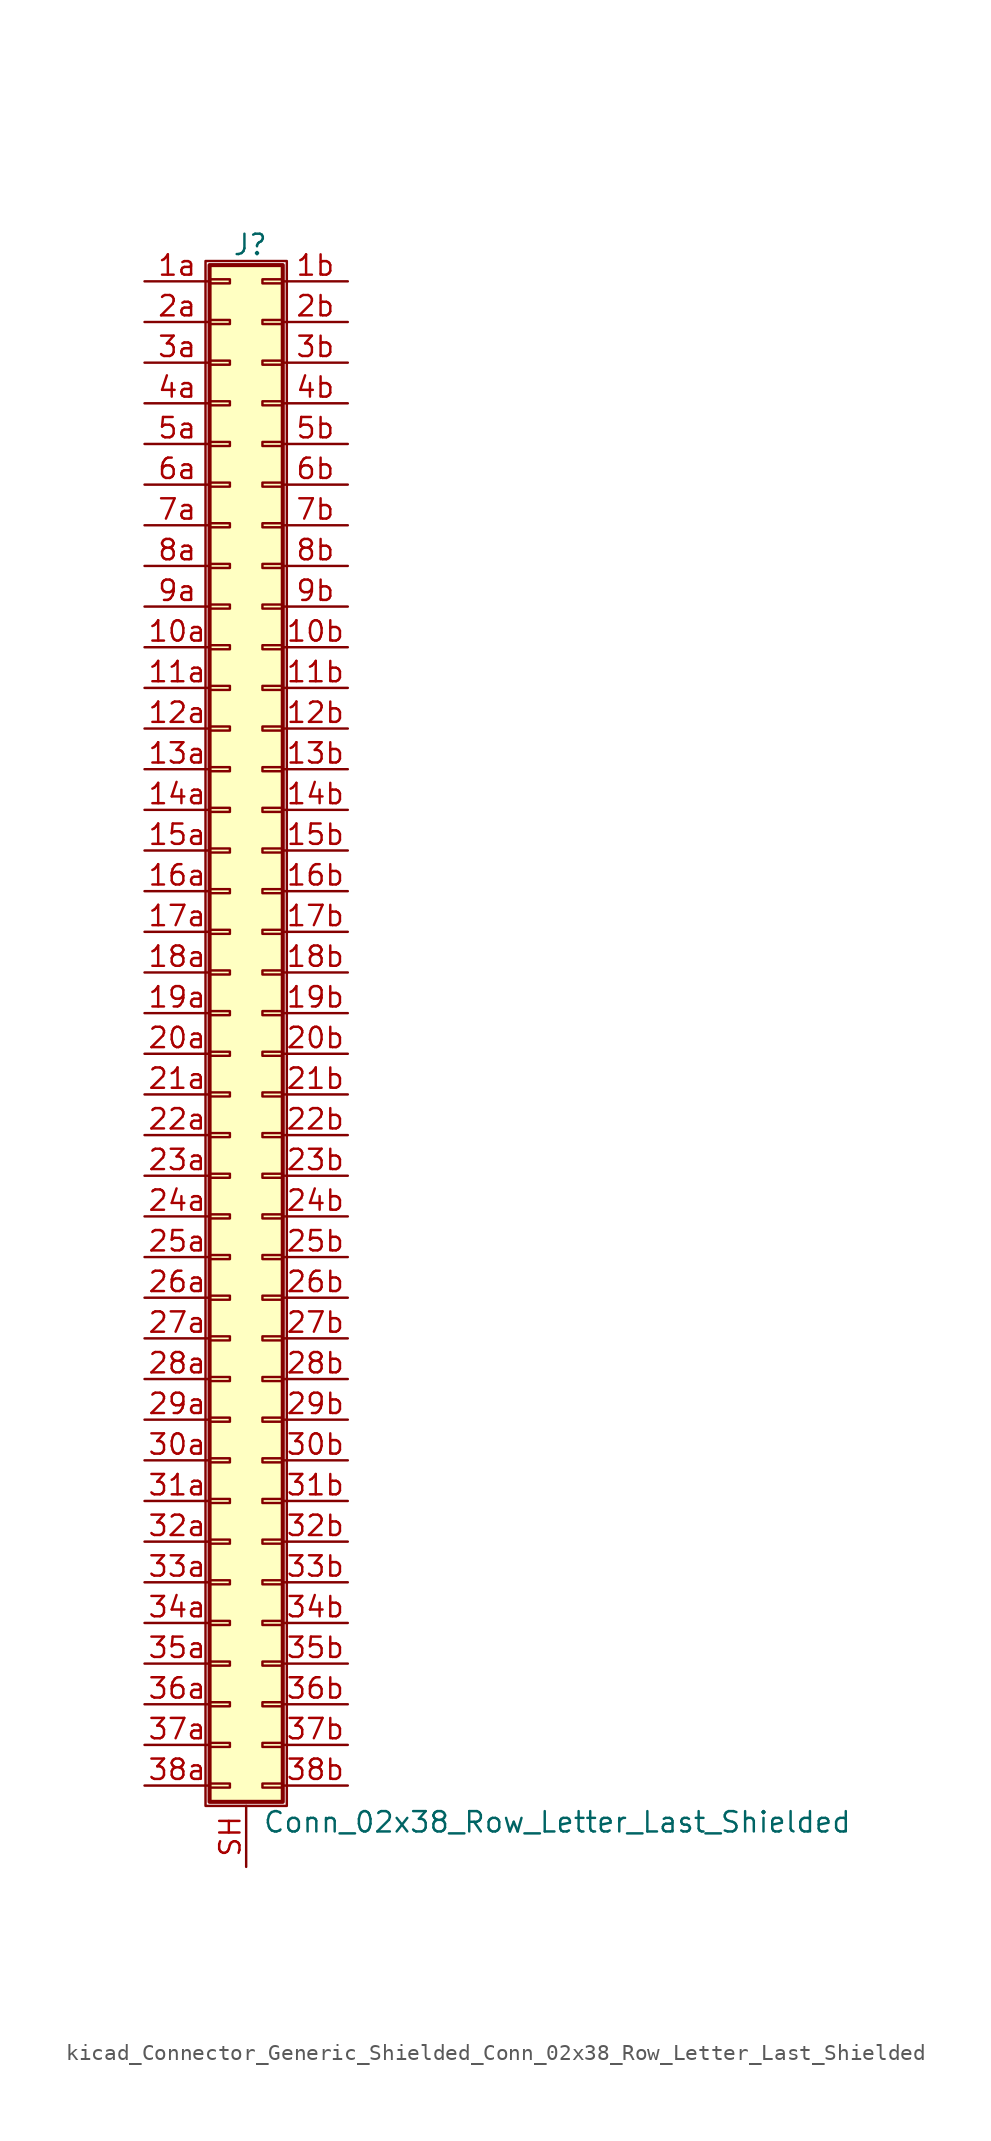
<source format=kicad_sym>
(kicad_symbol_lib
  (version 20220914)
  (generator kicad_symbol_editor)
  (symbol "kicad_Connector_Generic_Shielded_Conn_02x38_Row_Letter_Last_Shielded"
    (pin_names
      (offset 1.016) hide)
    (property "Reference" "J"
      (at 1.524 48.006 0)
      (effects (font (size 1.27 1.27))))
    (property "Value" "Conn_02x38_Row_Letter_Last_Shielded"
      (at 2.286 -50.546 0)
      (effects (font (size 1.27 1.27)) (justify left)))
    (symbol "kicad_Connector_Generic_Shielded_Conn_02x38_Row_Letter_Last_Shielded_1_1"
      (rectangle (start -1.27 46.99) (end 3.81 -49.53) (stroke (width 0.152) (type default)) (fill (type none)))
      (rectangle (start -1.016 -48.133) (end 0.254 -48.387) (stroke (width 0.152) (type default)) (fill (type none)))
      (rectangle (start -1.016 -45.593) (end 0.254 -45.847) (stroke (width 0.152) (type default)) (fill (type none)))
      (rectangle (start -1.016 -43.053) (end 0.254 -43.307) (stroke (width 0.152) (type default)) (fill (type none)))
      (rectangle (start -1.016 -40.513) (end 0.254 -40.767) (stroke (width 0.152) (type default)) (fill (type none)))
      (rectangle (start -1.016 -37.973) (end 0.254 -38.227) (stroke (width 0.152) (type default)) (fill (type none)))
      (rectangle (start -1.016 -35.433) (end 0.254 -35.687) (stroke (width 0.152) (type default)) (fill (type none)))
      (rectangle (start -1.016 -32.893) (end 0.254 -33.147) (stroke (width 0.152) (type default)) (fill (type none)))
      (rectangle (start -1.016 -30.353) (end 0.254 -30.607) (stroke (width 0.152) (type default)) (fill (type none)))
      (rectangle (start -1.016 -27.813) (end 0.254 -28.067) (stroke (width 0.152) (type default)) (fill (type none)))
      (rectangle (start -1.016 -25.273) (end 0.254 -25.527) (stroke (width 0.152) (type default)) (fill (type none)))
      (rectangle (start -1.016 -22.733) (end 0.254 -22.987) (stroke (width 0.152) (type default)) (fill (type none)))
      (rectangle (start -1.016 -20.193) (end 0.254 -20.447) (stroke (width 0.152) (type default)) (fill (type none)))
      (rectangle (start -1.016 -17.653) (end 0.254 -17.907) (stroke (width 0.152) (type default)) (fill (type none)))
      (rectangle (start -1.016 -15.113) (end 0.254 -15.367) (stroke (width 0.152) (type default)) (fill (type none)))
      (rectangle (start -1.016 -12.573) (end 0.254 -12.827) (stroke (width 0.152) (type default)) (fill (type none)))
      (rectangle (start -1.016 -10.033) (end 0.254 -10.287) (stroke (width 0.152) (type default)) (fill (type none)))
      (rectangle (start -1.016 -7.493) (end 0.254 -7.747) (stroke (width 0.152) (type default)) (fill (type none)))
      (rectangle (start -1.016 -4.953) (end 0.254 -5.207) (stroke (width 0.152) (type default)) (fill (type none)))
      (rectangle (start -1.016 -2.413) (end 0.254 -2.667) (stroke (width 0.152) (type default)) (fill (type none)))
      (rectangle (start -1.016 0.127) (end 0.254 -0.127) (stroke (width 0.152) (type default)) (fill (type none)))
      (rectangle (start -1.016 2.667) (end 0.254 2.413) (stroke (width 0.152) (type default)) (fill (type none)))
      (rectangle (start -1.016 5.207) (end 0.254 4.953) (stroke (width 0.152) (type default)) (fill (type none)))
      (rectangle (start -1.016 7.747) (end 0.254 7.493) (stroke (width 0.152) (type default)) (fill (type none)))
      (rectangle (start -1.016 10.287) (end 0.254 10.033) (stroke (width 0.152) (type default)) (fill (type none)))
      (rectangle (start -1.016 12.827) (end 0.254 12.573) (stroke (width 0.152) (type default)) (fill (type none)))
      (rectangle (start -1.016 15.367) (end 0.254 15.113) (stroke (width 0.152) (type default)) (fill (type none)))
      (rectangle (start -1.016 17.907) (end 0.254 17.653) (stroke (width 0.152) (type default)) (fill (type none)))
      (rectangle (start -1.016 20.447) (end 0.254 20.193) (stroke (width 0.152) (type default)) (fill (type none)))
      (rectangle (start -1.016 22.987) (end 0.254 22.733) (stroke (width 0.152) (type default)) (fill (type none)))
      (rectangle (start -1.016 25.527) (end 0.254 25.273) (stroke (width 0.152) (type default)) (fill (type none)))
      (rectangle (start -1.016 28.067) (end 0.254 27.813) (stroke (width 0.152) (type default)) (fill (type none)))
      (rectangle (start -1.016 30.607) (end 0.254 30.353) (stroke (width 0.152) (type default)) (fill (type none)))
      (rectangle (start -1.016 33.147) (end 0.254 32.893) (stroke (width 0.152) (type default)) (fill (type none)))
      (rectangle (start -1.016 35.687) (end 0.254 35.433) (stroke (width 0.152) (type default)) (fill (type none)))
      (rectangle (start -1.016 38.227) (end 0.254 37.973) (stroke (width 0.152) (type default)) (fill (type none)))
      (rectangle (start -1.016 40.767) (end 0.254 40.513) (stroke (width 0.152) (type default)) (fill (type none)))
      (rectangle (start -1.016 43.307) (end 0.254 43.053) (stroke (width 0.152) (type default)) (fill (type none)))
      (rectangle (start -1.016 45.847) (end 0.254 45.593) (stroke (width 0.152) (type default)) (fill (type none)))
      (rectangle (start -1.016 46.736) (end 3.556 -49.276) (stroke (width 0.254) (type default)) (fill (type background)))
      (rectangle (start 3.556 -48.133) (end 2.286 -48.387) (stroke (width 0.152) (type default)) (fill (type none)))
      (rectangle (start 3.556 -45.593) (end 2.286 -45.847) (stroke (width 0.152) (type default)) (fill (type none)))
      (rectangle (start 3.556 -43.053) (end 2.286 -43.307) (stroke (width 0.152) (type default)) (fill (type none)))
      (rectangle (start 3.556 -40.513) (end 2.286 -40.767) (stroke (width 0.152) (type default)) (fill (type none)))
      (rectangle (start 3.556 -37.973) (end 2.286 -38.227) (stroke (width 0.152) (type default)) (fill (type none)))
      (rectangle (start 3.556 -35.433) (end 2.286 -35.687) (stroke (width 0.152) (type default)) (fill (type none)))
      (rectangle (start 3.556 -32.893) (end 2.286 -33.147) (stroke (width 0.152) (type default)) (fill (type none)))
      (rectangle (start 3.556 -30.353) (end 2.286 -30.607) (stroke (width 0.152) (type default)) (fill (type none)))
      (rectangle (start 3.556 -27.813) (end 2.286 -28.067) (stroke (width 0.152) (type default)) (fill (type none)))
      (rectangle (start 3.556 -25.273) (end 2.286 -25.527) (stroke (width 0.152) (type default)) (fill (type none)))
      (rectangle (start 3.556 -22.733) (end 2.286 -22.987) (stroke (width 0.152) (type default)) (fill (type none)))
      (rectangle (start 3.556 -20.193) (end 2.286 -20.447) (stroke (width 0.152) (type default)) (fill (type none)))
      (rectangle (start 3.556 -17.653) (end 2.286 -17.907) (stroke (width 0.152) (type default)) (fill (type none)))
      (rectangle (start 3.556 -15.113) (end 2.286 -15.367) (stroke (width 0.152) (type default)) (fill (type none)))
      (rectangle (start 3.556 -12.573) (end 2.286 -12.827) (stroke (width 0.152) (type default)) (fill (type none)))
      (rectangle (start 3.556 -10.033) (end 2.286 -10.287) (stroke (width 0.152) (type default)) (fill (type none)))
      (rectangle (start 3.556 -7.493) (end 2.286 -7.747) (stroke (width 0.152) (type default)) (fill (type none)))
      (rectangle (start 3.556 -4.953) (end 2.286 -5.207) (stroke (width 0.152) (type default)) (fill (type none)))
      (rectangle (start 3.556 -2.413) (end 2.286 -2.667) (stroke (width 0.152) (type default)) (fill (type none)))
      (rectangle (start 3.556 0.127) (end 2.286 -0.127) (stroke (width 0.152) (type default)) (fill (type none)))
      (rectangle (start 3.556 2.667) (end 2.286 2.413) (stroke (width 0.152) (type default)) (fill (type none)))
      (rectangle (start 3.556 5.207) (end 2.286 4.953) (stroke (width 0.152) (type default)) (fill (type none)))
      (rectangle (start 3.556 7.747) (end 2.286 7.493) (stroke (width 0.152) (type default)) (fill (type none)))
      (rectangle (start 3.556 10.287) (end 2.286 10.033) (stroke (width 0.152) (type default)) (fill (type none)))
      (rectangle (start 3.556 12.827) (end 2.286 12.573) (stroke (width 0.152) (type default)) (fill (type none)))
      (rectangle (start 3.556 15.367) (end 2.286 15.113) (stroke (width 0.152) (type default)) (fill (type none)))
      (rectangle (start 3.556 17.907) (end 2.286 17.653) (stroke (width 0.152) (type default)) (fill (type none)))
      (rectangle (start 3.556 20.447) (end 2.286 20.193) (stroke (width 0.152) (type default)) (fill (type none)))
      (rectangle (start 3.556 22.987) (end 2.286 22.733) (stroke (width 0.152) (type default)) (fill (type none)))
      (rectangle (start 3.556 25.527) (end 2.286 25.273) (stroke (width 0.152) (type default)) (fill (type none)))
      (rectangle (start 3.556 28.067) (end 2.286 27.813) (stroke (width 0.152) (type default)) (fill (type none)))
      (rectangle (start 3.556 30.607) (end 2.286 30.353) (stroke (width 0.152) (type default)) (fill (type none)))
      (rectangle (start 3.556 33.147) (end 2.286 32.893) (stroke (width 0.152) (type default)) (fill (type none)))
      (rectangle (start 3.556 35.687) (end 2.286 35.433) (stroke (width 0.152) (type default)) (fill (type none)))
      (rectangle (start 3.556 38.227) (end 2.286 37.973) (stroke (width 0.152) (type default)) (fill (type none)))
      (rectangle (start 3.556 40.767) (end 2.286 40.513) (stroke (width 0.152) (type default)) (fill (type none)))
      (rectangle (start 3.556 43.307) (end 2.286 43.053) (stroke (width 0.152) (type default)) (fill (type none)))
      (rectangle (start 3.556 45.847) (end 2.286 45.593) (stroke (width 0.152) (type default)) (fill (type none)))
      (pin passive line (at -5.08 22.86 0) (length 4.064) (name "Pin_10a" (effects (font (size 1.27 1.27)))) (number "10a" (effects (font (size 1.27 1.27)))))
      (pin passive line (at 7.62 22.86 180) (length 4.064) (name "Pin_10b" (effects (font (size 1.27 1.27)))) (number "10b" (effects (font (size 1.27 1.27)))))
      (pin passive line (at -5.08 20.32 0) (length 4.064) (name "Pin_11a" (effects (font (size 1.27 1.27)))) (number "11a" (effects (font (size 1.27 1.27)))))
      (pin passive line (at 7.62 20.32 180) (length 4.064) (name "Pin_11b" (effects (font (size 1.27 1.27)))) (number "11b" (effects (font (size 1.27 1.27)))))
      (pin passive line (at -5.08 17.78 0) (length 4.064) (name "Pin_12a" (effects (font (size 1.27 1.27)))) (number "12a" (effects (font (size 1.27 1.27)))))
      (pin passive line (at 7.62 17.78 180) (length 4.064) (name "Pin_12b" (effects (font (size 1.27 1.27)))) (number "12b" (effects (font (size 1.27 1.27)))))
      (pin passive line (at -5.08 15.24 0) (length 4.064) (name "Pin_13a" (effects (font (size 1.27 1.27)))) (number "13a" (effects (font (size 1.27 1.27)))))
      (pin passive line (at 7.62 15.24 180) (length 4.064) (name "Pin_13b" (effects (font (size 1.27 1.27)))) (number "13b" (effects (font (size 1.27 1.27)))))
      (pin passive line (at -5.08 12.7 0) (length 4.064) (name "Pin_14a" (effects (font (size 1.27 1.27)))) (number "14a" (effects (font (size 1.27 1.27)))))
      (pin passive line (at 7.62 12.7 180) (length 4.064) (name "Pin_14b" (effects (font (size 1.27 1.27)))) (number "14b" (effects (font (size 1.27 1.27)))))
      (pin passive line (at -5.08 10.16 0) (length 4.064) (name "Pin_15a" (effects (font (size 1.27 1.27)))) (number "15a" (effects (font (size 1.27 1.27)))))
      (pin passive line (at 7.62 10.16 180) (length 4.064) (name "Pin_15b" (effects (font (size 1.27 1.27)))) (number "15b" (effects (font (size 1.27 1.27)))))
      (pin passive line (at -5.08 7.62 0) (length 4.064) (name "Pin_16a" (effects (font (size 1.27 1.27)))) (number "16a" (effects (font (size 1.27 1.27)))))
      (pin passive line (at 7.62 7.62 180) (length 4.064) (name "Pin_16b" (effects (font (size 1.27 1.27)))) (number "16b" (effects (font (size 1.27 1.27)))))
      (pin passive line (at -5.08 5.08 0) (length 4.064) (name "Pin_17a" (effects (font (size 1.27 1.27)))) (number "17a" (effects (font (size 1.27 1.27)))))
      (pin passive line (at 7.62 5.08 180) (length 4.064) (name "Pin_17b" (effects (font (size 1.27 1.27)))) (number "17b" (effects (font (size 1.27 1.27)))))
      (pin passive line (at -5.08 2.54 0) (length 4.064) (name "Pin_18a" (effects (font (size 1.27 1.27)))) (number "18a" (effects (font (size 1.27 1.27)))))
      (pin passive line (at 7.62 2.54 180) (length 4.064) (name "Pin_18b" (effects (font (size 1.27 1.27)))) (number "18b" (effects (font (size 1.27 1.27)))))
      (pin passive line (at -5.08 0 0) (length 4.064) (name "Pin_19a" (effects (font (size 1.27 1.27)))) (number "19a" (effects (font (size 1.27 1.27)))))
      (pin passive line (at 7.62 0 180) (length 4.064) (name "Pin_19b" (effects (font (size 1.27 1.27)))) (number "19b" (effects (font (size 1.27 1.27)))))
      (pin passive line (at -5.08 45.72 0) (length 4.064) (name "Pin_1a" (effects (font (size 1.27 1.27)))) (number "1a" (effects (font (size 1.27 1.27)))))
      (pin passive line (at 7.62 45.72 180) (length 4.064) (name "Pin_1b" (effects (font (size 1.27 1.27)))) (number "1b" (effects (font (size 1.27 1.27)))))
      (pin passive line (at -5.08 -2.54 0) (length 4.064) (name "Pin_20a" (effects (font (size 1.27 1.27)))) (number "20a" (effects (font (size 1.27 1.27)))))
      (pin passive line (at 7.62 -2.54 180) (length 4.064) (name "Pin_20b" (effects (font (size 1.27 1.27)))) (number "20b" (effects (font (size 1.27 1.27)))))
      (pin passive line (at -5.08 -5.08 0) (length 4.064) (name "Pin_21a" (effects (font (size 1.27 1.27)))) (number "21a" (effects (font (size 1.27 1.27)))))
      (pin passive line (at 7.62 -5.08 180) (length 4.064) (name "Pin_21b" (effects (font (size 1.27 1.27)))) (number "21b" (effects (font (size 1.27 1.27)))))
      (pin passive line (at -5.08 -7.62 0) (length 4.064) (name "Pin_22a" (effects (font (size 1.27 1.27)))) (number "22a" (effects (font (size 1.27 1.27)))))
      (pin passive line (at 7.62 -7.62 180) (length 4.064) (name "Pin_22b" (effects (font (size 1.27 1.27)))) (number "22b" (effects (font (size 1.27 1.27)))))
      (pin passive line (at -5.08 -10.16 0) (length 4.064) (name "Pin_23a" (effects (font (size 1.27 1.27)))) (number "23a" (effects (font (size 1.27 1.27)))))
      (pin passive line (at 7.62 -10.16 180) (length 4.064) (name "Pin_23b" (effects (font (size 1.27 1.27)))) (number "23b" (effects (font (size 1.27 1.27)))))
      (pin passive line (at -5.08 -12.7 0) (length 4.064) (name "Pin_24a" (effects (font (size 1.27 1.27)))) (number "24a" (effects (font (size 1.27 1.27)))))
      (pin passive line (at 7.62 -12.7 180) (length 4.064) (name "Pin_24b" (effects (font (size 1.27 1.27)))) (number "24b" (effects (font (size 1.27 1.27)))))
      (pin passive line (at -5.08 -15.24 0) (length 4.064) (name "Pin_25a" (effects (font (size 1.27 1.27)))) (number "25a" (effects (font (size 1.27 1.27)))))
      (pin passive line (at 7.62 -15.24 180) (length 4.064) (name "Pin_25b" (effects (font (size 1.27 1.27)))) (number "25b" (effects (font (size 1.27 1.27)))))
      (pin passive line (at -5.08 -17.78 0) (length 4.064) (name "Pin_26a" (effects (font (size 1.27 1.27)))) (number "26a" (effects (font (size 1.27 1.27)))))
      (pin passive line (at 7.62 -17.78 180) (length 4.064) (name "Pin_26b" (effects (font (size 1.27 1.27)))) (number "26b" (effects (font (size 1.27 1.27)))))
      (pin passive line (at -5.08 -20.32 0) (length 4.064) (name "Pin_27a" (effects (font (size 1.27 1.27)))) (number "27a" (effects (font (size 1.27 1.27)))))
      (pin passive line (at 7.62 -20.32 180) (length 4.064) (name "Pin_27b" (effects (font (size 1.27 1.27)))) (number "27b" (effects (font (size 1.27 1.27)))))
      (pin passive line (at -5.08 -22.86 0) (length 4.064) (name "Pin_28a" (effects (font (size 1.27 1.27)))) (number "28a" (effects (font (size 1.27 1.27)))))
      (pin passive line (at 7.62 -22.86 180) (length 4.064) (name "Pin_28b" (effects (font (size 1.27 1.27)))) (number "28b" (effects (font (size 1.27 1.27)))))
      (pin passive line (at -5.08 -25.4 0) (length 4.064) (name "Pin_29a" (effects (font (size 1.27 1.27)))) (number "29a" (effects (font (size 1.27 1.27)))))
      (pin passive line (at 7.62 -25.4 180) (length 4.064) (name "Pin_29b" (effects (font (size 1.27 1.27)))) (number "29b" (effects (font (size 1.27 1.27)))))
      (pin passive line (at -5.08 43.18 0) (length 4.064) (name "Pin_2a" (effects (font (size 1.27 1.27)))) (number "2a" (effects (font (size 1.27 1.27)))))
      (pin passive line (at 7.62 43.18 180) (length 4.064) (name "Pin_2b" (effects (font (size 1.27 1.27)))) (number "2b" (effects (font (size 1.27 1.27)))))
      (pin passive line (at -5.08 -27.94 0) (length 4.064) (name "Pin_30a" (effects (font (size 1.27 1.27)))) (number "30a" (effects (font (size 1.27 1.27)))))
      (pin passive line (at 7.62 -27.94 180) (length 4.064) (name "Pin_30b" (effects (font (size 1.27 1.27)))) (number "30b" (effects (font (size 1.27 1.27)))))
      (pin passive line (at -5.08 -30.48 0) (length 4.064) (name "Pin_31a" (effects (font (size 1.27 1.27)))) (number "31a" (effects (font (size 1.27 1.27)))))
      (pin passive line (at 7.62 -30.48 180) (length 4.064) (name "Pin_31b" (effects (font (size 1.27 1.27)))) (number "31b" (effects (font (size 1.27 1.27)))))
      (pin passive line (at -5.08 -33.02 0) (length 4.064) (name "Pin_32a" (effects (font (size 1.27 1.27)))) (number "32a" (effects (font (size 1.27 1.27)))))
      (pin passive line (at 7.62 -33.02 180) (length 4.064) (name "Pin_32b" (effects (font (size 1.27 1.27)))) (number "32b" (effects (font (size 1.27 1.27)))))
      (pin passive line (at -5.08 -35.56 0) (length 4.064) (name "Pin_33a" (effects (font (size 1.27 1.27)))) (number "33a" (effects (font (size 1.27 1.27)))))
      (pin passive line (at 7.62 -35.56 180) (length 4.064) (name "Pin_33b" (effects (font (size 1.27 1.27)))) (number "33b" (effects (font (size 1.27 1.27)))))
      (pin passive line (at -5.08 -38.1 0) (length 4.064) (name "Pin_34a" (effects (font (size 1.27 1.27)))) (number "34a" (effects (font (size 1.27 1.27)))))
      (pin passive line (at 7.62 -38.1 180) (length 4.064) (name "Pin_34b" (effects (font (size 1.27 1.27)))) (number "34b" (effects (font (size 1.27 1.27)))))
      (pin passive line (at -5.08 -40.64 0) (length 4.064) (name "Pin_35a" (effects (font (size 1.27 1.27)))) (number "35a" (effects (font (size 1.27 1.27)))))
      (pin passive line (at 7.62 -40.64 180) (length 4.064) (name "Pin_35b" (effects (font (size 1.27 1.27)))) (number "35b" (effects (font (size 1.27 1.27)))))
      (pin passive line (at -5.08 -43.18 0) (length 4.064) (name "Pin_36a" (effects (font (size 1.27 1.27)))) (number "36a" (effects (font (size 1.27 1.27)))))
      (pin passive line (at 7.62 -43.18 180) (length 4.064) (name "Pin_36b" (effects (font (size 1.27 1.27)))) (number "36b" (effects (font (size 1.27 1.27)))))
      (pin passive line (at -5.08 -45.72 0) (length 4.064) (name "Pin_37a" (effects (font (size 1.27 1.27)))) (number "37a" (effects (font (size 1.27 1.27)))))
      (pin passive line (at 7.62 -45.72 180) (length 4.064) (name "Pin_37b" (effects (font (size 1.27 1.27)))) (number "37b" (effects (font (size 1.27 1.27)))))
      (pin passive line (at -5.08 -48.26 0) (length 4.064) (name "Pin_38a" (effects (font (size 1.27 1.27)))) (number "38a" (effects (font (size 1.27 1.27)))))
      (pin passive line (at 7.62 -48.26 180) (length 4.064) (name "Pin_38b" (effects (font (size 1.27 1.27)))) (number "38b" (effects (font (size 1.27 1.27)))))
      (pin passive line (at -5.08 40.64 0) (length 4.064) (name "Pin_3a" (effects (font (size 1.27 1.27)))) (number "3a" (effects (font (size 1.27 1.27)))))
      (pin passive line (at 7.62 40.64 180) (length 4.064) (name "Pin_3b" (effects (font (size 1.27 1.27)))) (number "3b" (effects (font (size 1.27 1.27)))))
      (pin passive line (at -5.08 38.1 0) (length 4.064) (name "Pin_4a" (effects (font (size 1.27 1.27)))) (number "4a" (effects (font (size 1.27 1.27)))))
      (pin passive line (at 7.62 38.1 180) (length 4.064) (name "Pin_4b" (effects (font (size 1.27 1.27)))) (number "4b" (effects (font (size 1.27 1.27)))))
      (pin passive line (at -5.08 35.56 0) (length 4.064) (name "Pin_5a" (effects (font (size 1.27 1.27)))) (number "5a" (effects (font (size 1.27 1.27)))))
      (pin passive line (at 7.62 35.56 180) (length 4.064) (name "Pin_5b" (effects (font (size 1.27 1.27)))) (number "5b" (effects (font (size 1.27 1.27)))))
      (pin passive line (at -5.08 33.02 0) (length 4.064) (name "Pin_6a" (effects (font (size 1.27 1.27)))) (number "6a" (effects (font (size 1.27 1.27)))))
      (pin passive line (at 7.62 33.02 180) (length 4.064) (name "Pin_6b" (effects (font (size 1.27 1.27)))) (number "6b" (effects (font (size 1.27 1.27)))))
      (pin passive line (at -5.08 30.48 0) (length 4.064) (name "Pin_7a" (effects (font (size 1.27 1.27)))) (number "7a" (effects (font (size 1.27 1.27)))))
      (pin passive line (at 7.62 30.48 180) (length 4.064) (name "Pin_7b" (effects (font (size 1.27 1.27)))) (number "7b" (effects (font (size 1.27 1.27)))))
      (pin passive line (at -5.08 27.94 0) (length 4.064) (name "Pin_8a" (effects (font (size 1.27 1.27)))) (number "8a" (effects (font (size 1.27 1.27)))))
      (pin passive line (at 7.62 27.94 180) (length 4.064) (name "Pin_8b" (effects (font (size 1.27 1.27)))) (number "8b" (effects (font (size 1.27 1.27)))))
      (pin passive line (at -5.08 25.4 0) (length 4.064) (name "Pin_9a" (effects (font (size 1.27 1.27)))) (number "9a" (effects (font (size 1.27 1.27)))))
      (pin passive line (at 7.62 25.4 180) (length 4.064) (name "Pin_9b" (effects (font (size 1.27 1.27)))) (number "9b" (effects (font (size 1.27 1.27)))))
      (pin passive line (at 1.27 -53.34 90) (length 3.81) (name "Shield" (effects (font (size 1.27 1.27)))) (number "SH" (effects (font (size 1.27 1.27))))))))
</source>
